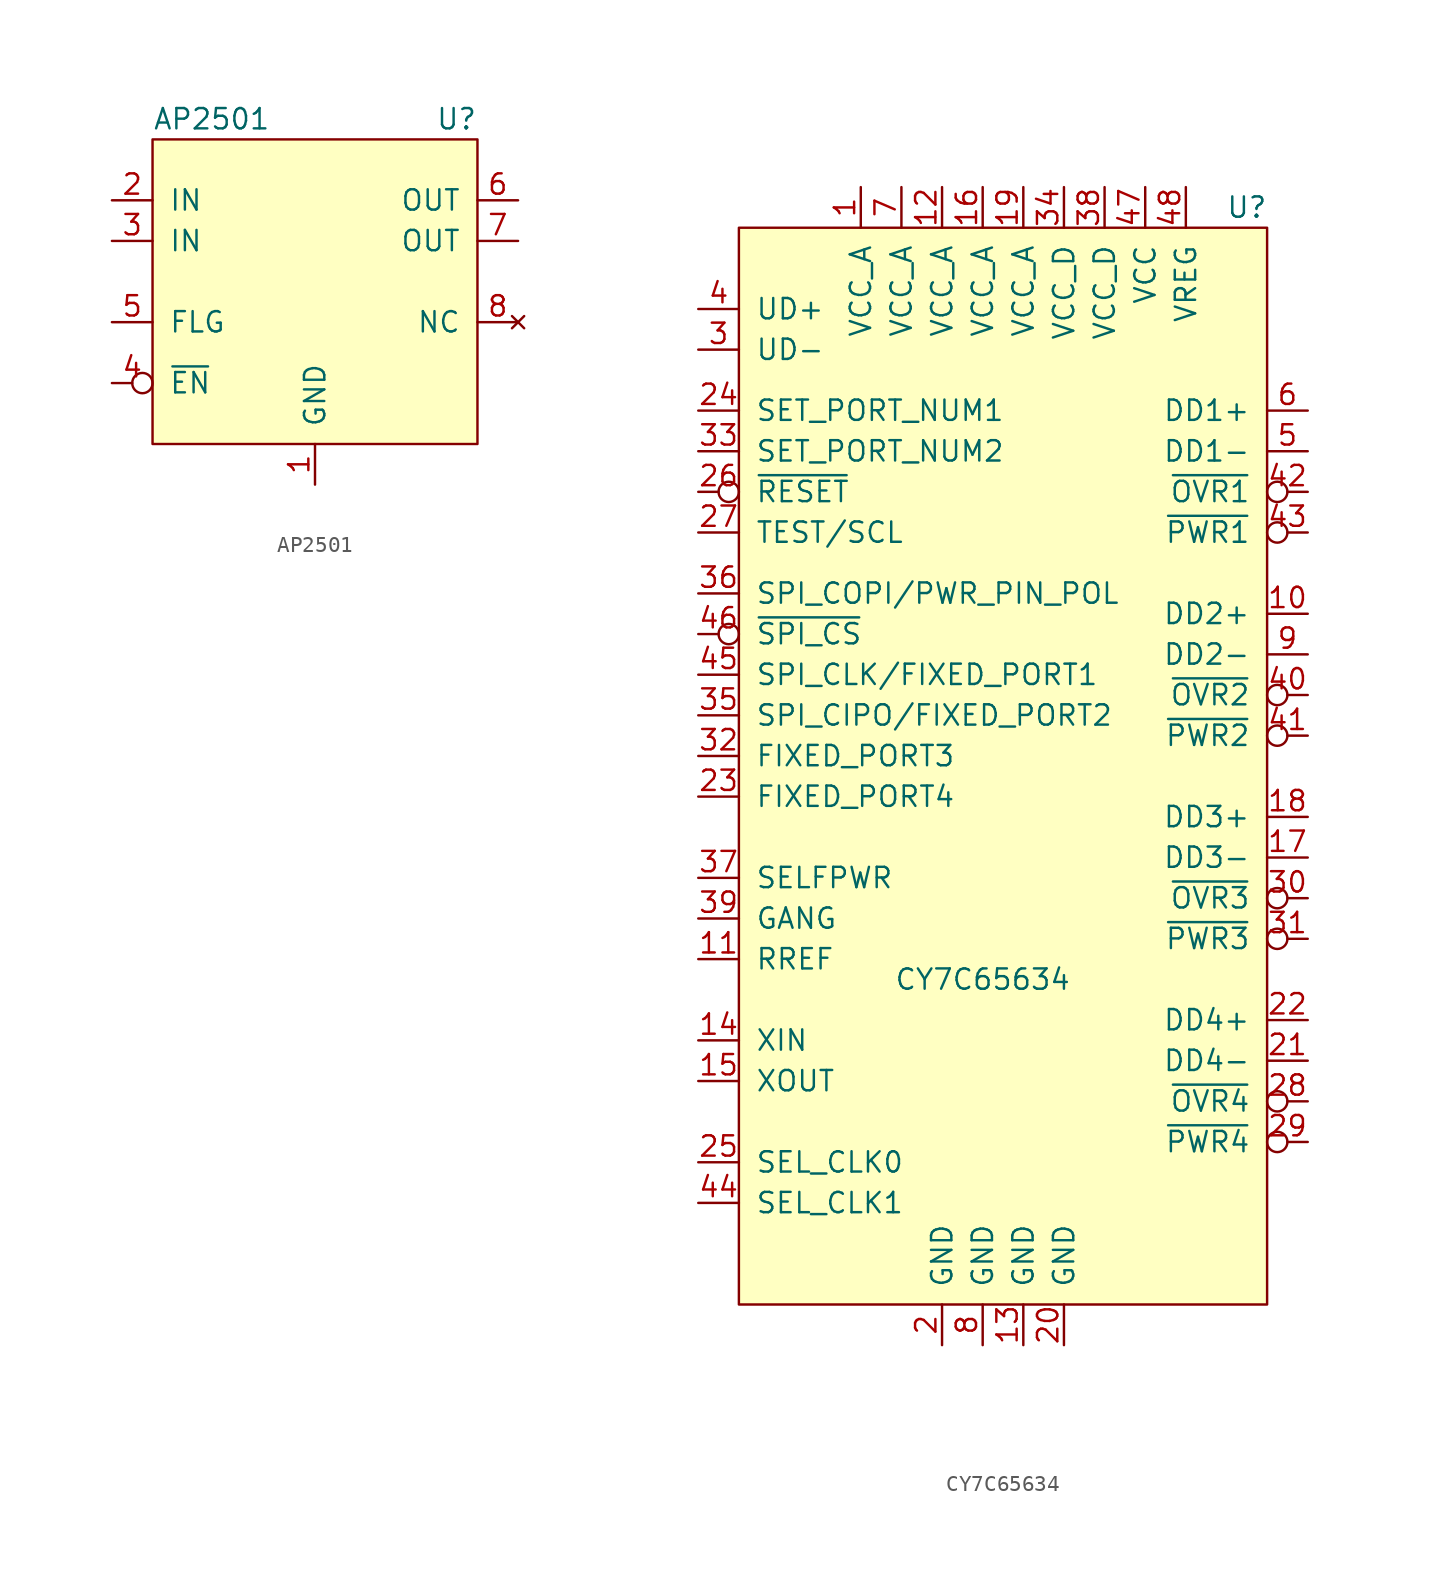
<source format=kicad_sym>
(kicad_symbol_lib
  (version 20211014)
  (generator kicad_symbol_editor)
  (symbol "AP2501"
    (pin_names
      (offset 1.016))
    (property "Reference" "U"
      (at 10.16 -13.97 0)
      (effects (font (size 1.27 1.27)) (justify right)))
    (property "Value" "AP2501"
      (at -10.16 -13.97 0)
      (effects (font (size 1.27 1.27)) (justify left)))
    (symbol "AP2501_0_0"
      (pin power_in line (at 0 -36.83 90) (length 2.54) (name "GND" (effects (font (size 1.27 1.27)))) (number "1" (effects (font (size 1.27 1.27)))))
      (pin power_in line (at -12.7 -19.05 0) (length 2.54) (name "IN" (effects (font (size 1.27 1.27)))) (number "2" (effects (font (size 1.27 1.27)))))
      (pin power_in line (at -12.7 -21.59 0) (length 2.54) (name "IN" (effects (font (size 1.27 1.27)))) (number "3" (effects (font (size 1.27 1.27)))))
      (pin input inverted (at -12.7 -30.48 0) (length 2.54) (name "~{EN}" (effects (font (size 1.27 1.27)))) (number "4" (effects (font (size 1.27 1.27)))))
      (pin output line (at -12.7 -26.67 0) (length 2.54) (name "FLG" (effects (font (size 1.27 1.27)))) (number "5" (effects (font (size 1.27 1.27)))))
      (pin power_out line (at 12.7 -19.05 180) (length 2.54) (name "OUT" (effects (font (size 1.27 1.27)))) (number "6" (effects (font (size 1.27 1.27)))))
      (pin passive line (at 12.7 -21.59 180) (length 2.54) (name "OUT" (effects (font (size 1.27 1.27)))) (number "7" (effects (font (size 1.27 1.27)))))
      (pin no_connect line (at 12.7 -26.67 180) (length 2.54) (name "NC" (effects (font (size 1.27 1.27)))) (number "8" (effects (font (size 1.27 1.27))))))
    (symbol "AP2501_0_1"
      (rectangle (start -10.16 -15.24) (end 10.16 -34.29) (stroke (width 0) (type default) (color 0 0 0 0)) (fill (type background)))))
  (symbol "CY7C65634"
    (pin_names
      (offset 1.016))
    (property "Reference" "U"
      (at 15.24 -10.16 0)
      (effects (font (size 1.27 1.27))))
    (property "Value" "CY7C65634"
      (at -1.27 -58.42 0)
      (effects (font (size 1.27 1.27))))
    (symbol "CY7C65634_0_0"
      (pin power_in line (at -8.89 -8.89 270) (length 2.54) (name "VCC_A" (effects (font (size 1.27 1.27)))) (number "1" (effects (font (size 1.27 1.27)))))
      (pin bidirectional line (at 19.05 -35.56 180) (length 2.54) (name "DD2+" (effects (font (size 1.27 1.27)))) (number "10" (effects (font (size 1.27 1.27)))))
      (pin input line (at -19.05 -57.15 0) (length 2.54) (name "RREF" (effects (font (size 1.27 1.27)))) (number "11" (effects (font (size 1.27 1.27)))))
      (pin power_in line (at -3.81 -8.89 270) (length 2.54) (name "VCC_A" (effects (font (size 1.27 1.27)))) (number "12" (effects (font (size 1.27 1.27)))))
      (pin power_in line (at 1.27 -81.28 90) (length 2.54) (name "GND" (effects (font (size 1.27 1.27)))) (number "13" (effects (font (size 1.27 1.27)))))
      (pin input line (at -19.05 -62.23 0) (length 2.54) (name "XIN" (effects (font (size 1.27 1.27)))) (number "14" (effects (font (size 1.27 1.27)))))
      (pin output line (at -19.05 -64.77 0) (length 2.54) (name "XOUT" (effects (font (size 1.27 1.27)))) (number "15" (effects (font (size 1.27 1.27)))))
      (pin power_in line (at -1.27 -8.89 270) (length 2.54) (name "VCC_A" (effects (font (size 1.27 1.27)))) (number "16" (effects (font (size 1.27 1.27)))))
      (pin bidirectional line (at 19.05 -50.8 180) (length 2.54) (name "DD3-" (effects (font (size 1.27 1.27)))) (number "17" (effects (font (size 1.27 1.27)))))
      (pin bidirectional line (at 19.05 -48.26 180) (length 2.54) (name "DD3+" (effects (font (size 1.27 1.27)))) (number "18" (effects (font (size 1.27 1.27)))))
      (pin power_in line (at 1.27 -8.89 270) (length 2.54) (name "VCC_A" (effects (font (size 1.27 1.27)))) (number "19" (effects (font (size 1.27 1.27)))))
      (pin power_in line (at -3.81 -81.28 90) (length 2.54) (name "GND" (effects (font (size 1.27 1.27)))) (number "2" (effects (font (size 1.27 1.27)))))
      (pin power_in line (at 3.81 -81.28 90) (length 2.54) (name "GND" (effects (font (size 1.27 1.27)))) (number "20" (effects (font (size 1.27 1.27)))))
      (pin bidirectional line (at 19.05 -63.5 180) (length 2.54) (name "DD4-" (effects (font (size 1.27 1.27)))) (number "21" (effects (font (size 1.27 1.27)))))
      (pin bidirectional line (at 19.05 -60.96 180) (length 2.54) (name "DD4+" (effects (font (size 1.27 1.27)))) (number "22" (effects (font (size 1.27 1.27)))))
      (pin input line (at -19.05 -46.99 0) (length 2.54) (name "FIXED_PORT4" (effects (font (size 1.27 1.27)))) (number "23" (effects (font (size 1.27 1.27)))))
      (pin input line (at -19.05 -22.86 0) (length 2.54) (name "SET_PORT_NUM1" (effects (font (size 1.27 1.27)))) (number "24" (effects (font (size 1.27 1.27)))))
      (pin input line (at -19.05 -69.85 0) (length 2.54) (name "SEL_CLK0" (effects (font (size 1.27 1.27)))) (number "25" (effects (font (size 1.27 1.27)))))
      (pin input inverted (at -19.05 -27.94 0) (length 2.54) (name "~{RESET}" (effects (font (size 1.27 1.27)))) (number "26" (effects (font (size 1.27 1.27)))))
      (pin bidirectional line (at -19.05 -30.48 0) (length 2.54) (name "TEST/SCL" (effects (font (size 1.27 1.27)))) (number "27" (effects (font (size 1.27 1.27)))))
      (pin input inverted (at 19.05 -66.04 180) (length 2.54) (name "~{OVR4}" (effects (font (size 1.27 1.27)))) (number "28" (effects (font (size 1.27 1.27)))))
      (pin output inverted (at 19.05 -68.58 180) (length 2.54) (name "~{PWR4}" (effects (font (size 1.27 1.27)))) (number "29" (effects (font (size 1.27 1.27)))))
      (pin bidirectional line (at -19.05 -19.05 0) (length 2.54) (name "UD-" (effects (font (size 1.27 1.27)))) (number "3" (effects (font (size 1.27 1.27)))))
      (pin input inverted (at 19.05 -53.34 180) (length 2.54) (name "~{OVR3}" (effects (font (size 1.27 1.27)))) (number "30" (effects (font (size 1.27 1.27)))))
      (pin output inverted (at 19.05 -55.88 180) (length 2.54) (name "~{PWR3}" (effects (font (size 1.27 1.27)))) (number "31" (effects (font (size 1.27 1.27)))))
      (pin input line (at -19.05 -44.45 0) (length 2.54) (name "FIXED_PORT3" (effects (font (size 1.27 1.27)))) (number "32" (effects (font (size 1.27 1.27)))))
      (pin input line (at -19.05 -25.4 0) (length 2.54) (name "SET_PORT_NUM2" (effects (font (size 1.27 1.27)))) (number "33" (effects (font (size 1.27 1.27)))))
      (pin power_in line (at 3.81 -8.89 270) (length 2.54) (name "VCC_D" (effects (font (size 1.27 1.27)))) (number "34" (effects (font (size 1.27 1.27)))))
      (pin bidirectional line (at -19.05 -41.91 0) (length 2.54) (name "SPI_CIPO/FIXED_PORT2" (effects (font (size 1.27 1.27)))) (number "35" (effects (font (size 1.27 1.27)))))
      (pin bidirectional line (at -19.05 -34.29 0) (length 2.54) (name "SPI_COPI/PWR_PIN_POL" (effects (font (size 1.27 1.27)))) (number "36" (effects (font (size 1.27 1.27)))))
      (pin input line (at -19.05 -52.07 0) (length 2.54) (name "SELFPWR" (effects (font (size 1.27 1.27)))) (number "37" (effects (font (size 1.27 1.27)))))
      (pin power_in line (at 6.35 -8.89 270) (length 2.54) (name "VCC_D" (effects (font (size 1.27 1.27)))) (number "38" (effects (font (size 1.27 1.27)))))
      (pin bidirectional line (at -19.05 -54.61 0) (length 2.54) (name "GANG" (effects (font (size 1.27 1.27)))) (number "39" (effects (font (size 1.27 1.27)))))
      (pin bidirectional line (at -19.05 -16.51 0) (length 2.54) (name "UD+" (effects (font (size 1.27 1.27)))) (number "4" (effects (font (size 1.27 1.27)))))
      (pin input inverted (at 19.05 -40.64 180) (length 2.54) (name "~{OVR2}" (effects (font (size 1.27 1.27)))) (number "40" (effects (font (size 1.27 1.27)))))
      (pin output inverted (at 19.05 -43.18 180) (length 2.54) (name "~{PWR2}" (effects (font (size 1.27 1.27)))) (number "41" (effects (font (size 1.27 1.27)))))
      (pin input inverted (at 19.05 -27.94 180) (length 2.54) (name "~{OVR1}" (effects (font (size 1.27 1.27)))) (number "42" (effects (font (size 1.27 1.27)))))
      (pin output inverted (at 19.05 -30.48 180) (length 2.54) (name "~{PWR1}" (effects (font (size 1.27 1.27)))) (number "43" (effects (font (size 1.27 1.27)))))
      (pin input line (at -19.05 -72.39 0) (length 2.54) (name "SEL_CLK1" (effects (font (size 1.27 1.27)))) (number "44" (effects (font (size 1.27 1.27)))))
      (pin bidirectional line (at -19.05 -39.37 0) (length 2.54) (name "SPI_CLK/FIXED_PORT1" (effects (font (size 1.27 1.27)))) (number "45" (effects (font (size 1.27 1.27)))))
      (pin output inverted (at -19.05 -36.83 0) (length 2.54) (name "~{SPI_CS}" (effects (font (size 1.27 1.27)))) (number "46" (effects (font (size 1.27 1.27)))))
      (pin power_in line (at 8.89 -8.89 270) (length 2.54) (name "VCC" (effects (font (size 1.27 1.27)))) (number "47" (effects (font (size 1.27 1.27)))))
      (pin power_out line (at 11.43 -8.89 270) (length 2.54) (name "VREG" (effects (font (size 1.27 1.27)))) (number "48" (effects (font (size 1.27 1.27)))))
      (pin bidirectional line (at 19.05 -25.4 180) (length 2.54) (name "DD1-" (effects (font (size 1.27 1.27)))) (number "5" (effects (font (size 1.27 1.27)))))
      (pin bidirectional line (at 19.05 -22.86 180) (length 2.54) (name "DD1+" (effects (font (size 1.27 1.27)))) (number "6" (effects (font (size 1.27 1.27)))))
      (pin power_in line (at -6.35 -8.89 270) (length 2.54) (name "VCC_A" (effects (font (size 1.27 1.27)))) (number "7" (effects (font (size 1.27 1.27)))))
      (pin power_in line (at -1.27 -81.28 90) (length 2.54) (name "GND" (effects (font (size 1.27 1.27)))) (number "8" (effects (font (size 1.27 1.27)))))
      (pin bidirectional line (at 19.05 -38.1 180) (length 2.54) (name "DD2-" (effects (font (size 1.27 1.27)))) (number "9" (effects (font (size 1.27 1.27))))))
    (symbol "CY7C65634_0_1"
      (rectangle (start -16.51 -11.43) (end 16.51 -78.74) (stroke (width 0) (type default) (color 0 0 0 0)) (fill (type background))))))
</source>
